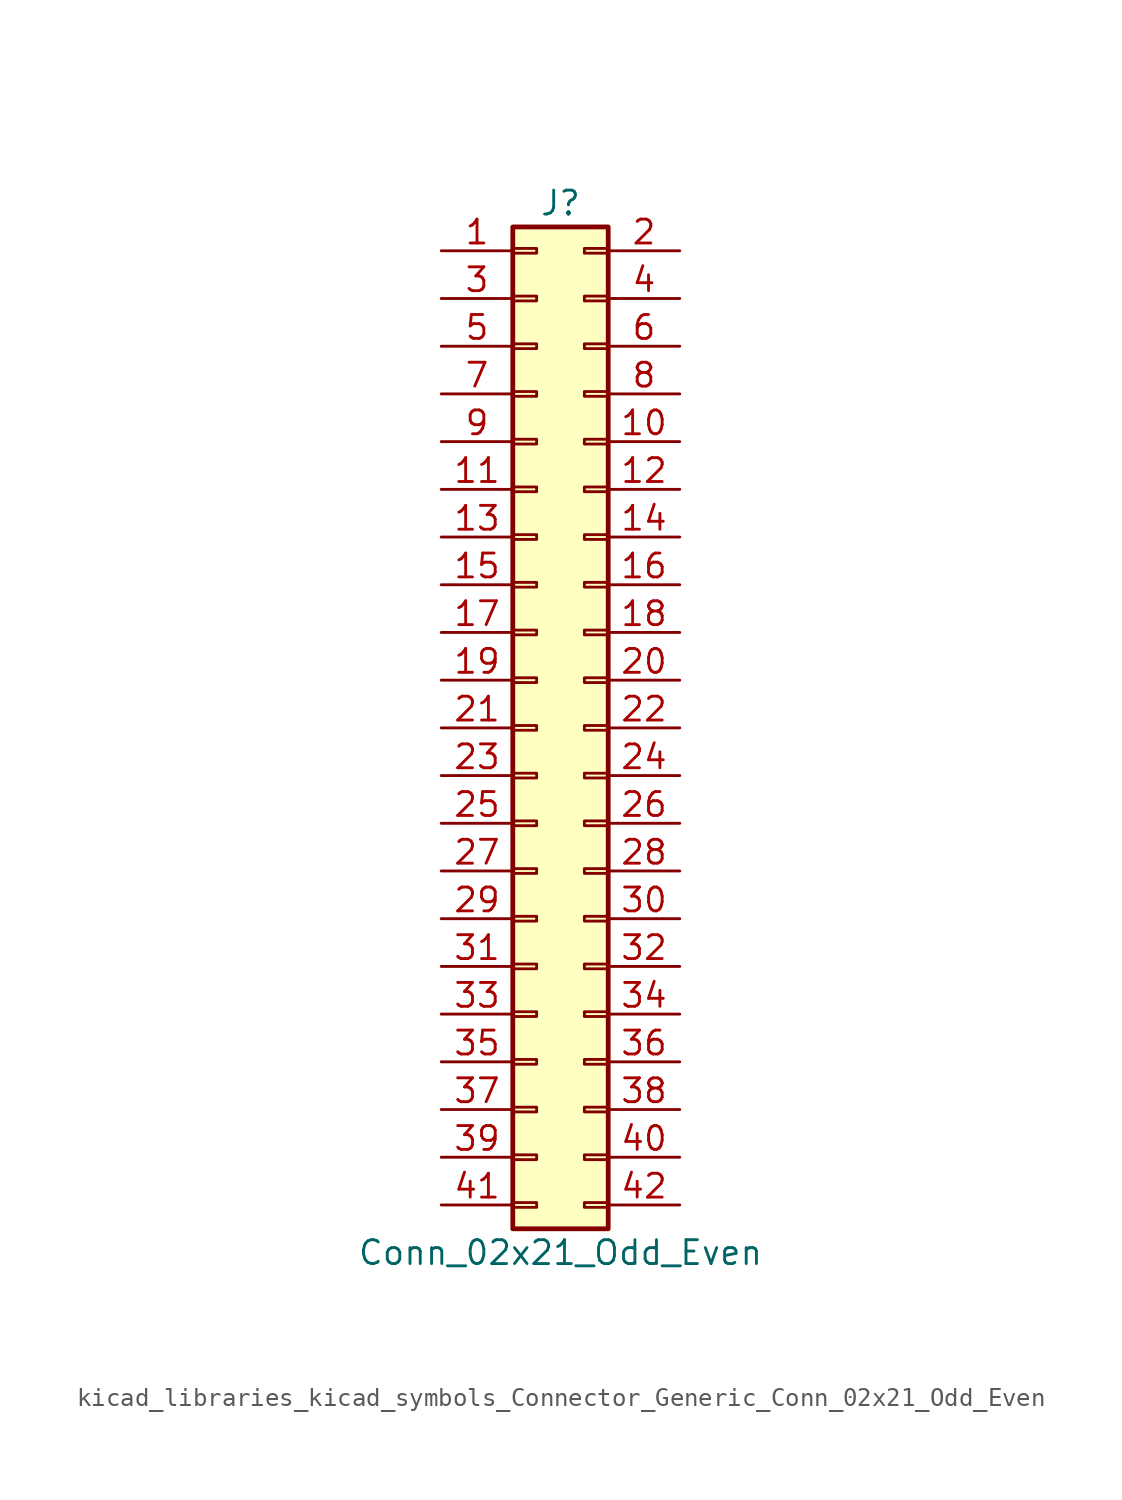
<source format=kicad_sym>
(kicad_symbol_lib
  (version 20220914)
  (generator kicad_symbol_editor)
  (symbol "kicad_libraries_kicad_symbols_Connector_Generic_Conn_02x21_Odd_Even"
    (pin_names
      (offset 1.016) hide)
    (property "Reference" "J"
      (at 1.27 27.94 0)
      (effects (font (size 1.27 1.27))))
    (property "Value" "Conn_02x21_Odd_Even"
      (at 1.27 -27.94 0)
      (effects (font (size 1.27 1.27))))
    (symbol "kicad_libraries_kicad_symbols_Connector_Generic_Conn_02x21_Odd_Even_1_1"
      (rectangle (start -1.27 -25.273) (end 0 -25.527) (stroke (width 0.152) (type default)) (fill (type none)))
      (rectangle (start -1.27 -22.733) (end 0 -22.987) (stroke (width 0.152) (type default)) (fill (type none)))
      (rectangle (start -1.27 -20.193) (end 0 -20.447) (stroke (width 0.152) (type default)) (fill (type none)))
      (rectangle (start -1.27 -17.653) (end 0 -17.907) (stroke (width 0.152) (type default)) (fill (type none)))
      (rectangle (start -1.27 -15.113) (end 0 -15.367) (stroke (width 0.152) (type default)) (fill (type none)))
      (rectangle (start -1.27 -12.573) (end 0 -12.827) (stroke (width 0.152) (type default)) (fill (type none)))
      (rectangle (start -1.27 -10.033) (end 0 -10.287) (stroke (width 0.152) (type default)) (fill (type none)))
      (rectangle (start -1.27 -7.493) (end 0 -7.747) (stroke (width 0.152) (type default)) (fill (type none)))
      (rectangle (start -1.27 -4.953) (end 0 -5.207) (stroke (width 0.152) (type default)) (fill (type none)))
      (rectangle (start -1.27 -2.413) (end 0 -2.667) (stroke (width 0.152) (type default)) (fill (type none)))
      (rectangle (start -1.27 0.127) (end 0 -0.127) (stroke (width 0.152) (type default)) (fill (type none)))
      (rectangle (start -1.27 2.667) (end 0 2.413) (stroke (width 0.152) (type default)) (fill (type none)))
      (rectangle (start -1.27 5.207) (end 0 4.953) (stroke (width 0.152) (type default)) (fill (type none)))
      (rectangle (start -1.27 7.747) (end 0 7.493) (stroke (width 0.152) (type default)) (fill (type none)))
      (rectangle (start -1.27 10.287) (end 0 10.033) (stroke (width 0.152) (type default)) (fill (type none)))
      (rectangle (start -1.27 12.827) (end 0 12.573) (stroke (width 0.152) (type default)) (fill (type none)))
      (rectangle (start -1.27 15.367) (end 0 15.113) (stroke (width 0.152) (type default)) (fill (type none)))
      (rectangle (start -1.27 17.907) (end 0 17.653) (stroke (width 0.152) (type default)) (fill (type none)))
      (rectangle (start -1.27 20.447) (end 0 20.193) (stroke (width 0.152) (type default)) (fill (type none)))
      (rectangle (start -1.27 22.987) (end 0 22.733) (stroke (width 0.152) (type default)) (fill (type none)))
      (rectangle (start -1.27 25.527) (end 0 25.273) (stroke (width 0.152) (type default)) (fill (type none)))
      (rectangle (start -1.27 26.67) (end 3.81 -26.67) (stroke (width 0.254) (type default)) (fill (type background)))
      (rectangle (start 3.81 -25.273) (end 2.54 -25.527) (stroke (width 0.152) (type default)) (fill (type none)))
      (rectangle (start 3.81 -22.733) (end 2.54 -22.987) (stroke (width 0.152) (type default)) (fill (type none)))
      (rectangle (start 3.81 -20.193) (end 2.54 -20.447) (stroke (width 0.152) (type default)) (fill (type none)))
      (rectangle (start 3.81 -17.653) (end 2.54 -17.907) (stroke (width 0.152) (type default)) (fill (type none)))
      (rectangle (start 3.81 -15.113) (end 2.54 -15.367) (stroke (width 0.152) (type default)) (fill (type none)))
      (rectangle (start 3.81 -12.573) (end 2.54 -12.827) (stroke (width 0.152) (type default)) (fill (type none)))
      (rectangle (start 3.81 -10.033) (end 2.54 -10.287) (stroke (width 0.152) (type default)) (fill (type none)))
      (rectangle (start 3.81 -7.493) (end 2.54 -7.747) (stroke (width 0.152) (type default)) (fill (type none)))
      (rectangle (start 3.81 -4.953) (end 2.54 -5.207) (stroke (width 0.152) (type default)) (fill (type none)))
      (rectangle (start 3.81 -2.413) (end 2.54 -2.667) (stroke (width 0.152) (type default)) (fill (type none)))
      (rectangle (start 3.81 0.127) (end 2.54 -0.127) (stroke (width 0.152) (type default)) (fill (type none)))
      (rectangle (start 3.81 2.667) (end 2.54 2.413) (stroke (width 0.152) (type default)) (fill (type none)))
      (rectangle (start 3.81 5.207) (end 2.54 4.953) (stroke (width 0.152) (type default)) (fill (type none)))
      (rectangle (start 3.81 7.747) (end 2.54 7.493) (stroke (width 0.152) (type default)) (fill (type none)))
      (rectangle (start 3.81 10.287) (end 2.54 10.033) (stroke (width 0.152) (type default)) (fill (type none)))
      (rectangle (start 3.81 12.827) (end 2.54 12.573) (stroke (width 0.152) (type default)) (fill (type none)))
      (rectangle (start 3.81 15.367) (end 2.54 15.113) (stroke (width 0.152) (type default)) (fill (type none)))
      (rectangle (start 3.81 17.907) (end 2.54 17.653) (stroke (width 0.152) (type default)) (fill (type none)))
      (rectangle (start 3.81 20.447) (end 2.54 20.193) (stroke (width 0.152) (type default)) (fill (type none)))
      (rectangle (start 3.81 22.987) (end 2.54 22.733) (stroke (width 0.152) (type default)) (fill (type none)))
      (rectangle (start 3.81 25.527) (end 2.54 25.273) (stroke (width 0.152) (type default)) (fill (type none)))
      (pin passive line (at -5.08 25.4 0) (length 3.81) (name "Pin_1" (effects (font (size 1.27 1.27)))) (number "1" (effects (font (size 1.27 1.27)))))
      (pin passive line (at 7.62 15.24 180) (length 3.81) (name "Pin_10" (effects (font (size 1.27 1.27)))) (number "10" (effects (font (size 1.27 1.27)))))
      (pin passive line (at -5.08 12.7 0) (length 3.81) (name "Pin_11" (effects (font (size 1.27 1.27)))) (number "11" (effects (font (size 1.27 1.27)))))
      (pin passive line (at 7.62 12.7 180) (length 3.81) (name "Pin_12" (effects (font (size 1.27 1.27)))) (number "12" (effects (font (size 1.27 1.27)))))
      (pin passive line (at -5.08 10.16 0) (length 3.81) (name "Pin_13" (effects (font (size 1.27 1.27)))) (number "13" (effects (font (size 1.27 1.27)))))
      (pin passive line (at 7.62 10.16 180) (length 3.81) (name "Pin_14" (effects (font (size 1.27 1.27)))) (number "14" (effects (font (size 1.27 1.27)))))
      (pin passive line (at -5.08 7.62 0) (length 3.81) (name "Pin_15" (effects (font (size 1.27 1.27)))) (number "15" (effects (font (size 1.27 1.27)))))
      (pin passive line (at 7.62 7.62 180) (length 3.81) (name "Pin_16" (effects (font (size 1.27 1.27)))) (number "16" (effects (font (size 1.27 1.27)))))
      (pin passive line (at -5.08 5.08 0) (length 3.81) (name "Pin_17" (effects (font (size 1.27 1.27)))) (number "17" (effects (font (size 1.27 1.27)))))
      (pin passive line (at 7.62 5.08 180) (length 3.81) (name "Pin_18" (effects (font (size 1.27 1.27)))) (number "18" (effects (font (size 1.27 1.27)))))
      (pin passive line (at -5.08 2.54 0) (length 3.81) (name "Pin_19" (effects (font (size 1.27 1.27)))) (number "19" (effects (font (size 1.27 1.27)))))
      (pin passive line (at 7.62 25.4 180) (length 3.81) (name "Pin_2" (effects (font (size 1.27 1.27)))) (number "2" (effects (font (size 1.27 1.27)))))
      (pin passive line (at 7.62 2.54 180) (length 3.81) (name "Pin_20" (effects (font (size 1.27 1.27)))) (number "20" (effects (font (size 1.27 1.27)))))
      (pin passive line (at -5.08 0 0) (length 3.81) (name "Pin_21" (effects (font (size 1.27 1.27)))) (number "21" (effects (font (size 1.27 1.27)))))
      (pin passive line (at 7.62 0 180) (length 3.81) (name "Pin_22" (effects (font (size 1.27 1.27)))) (number "22" (effects (font (size 1.27 1.27)))))
      (pin passive line (at -5.08 -2.54 0) (length 3.81) (name "Pin_23" (effects (font (size 1.27 1.27)))) (number "23" (effects (font (size 1.27 1.27)))))
      (pin passive line (at 7.62 -2.54 180) (length 3.81) (name "Pin_24" (effects (font (size 1.27 1.27)))) (number "24" (effects (font (size 1.27 1.27)))))
      (pin passive line (at -5.08 -5.08 0) (length 3.81) (name "Pin_25" (effects (font (size 1.27 1.27)))) (number "25" (effects (font (size 1.27 1.27)))))
      (pin passive line (at 7.62 -5.08 180) (length 3.81) (name "Pin_26" (effects (font (size 1.27 1.27)))) (number "26" (effects (font (size 1.27 1.27)))))
      (pin passive line (at -5.08 -7.62 0) (length 3.81) (name "Pin_27" (effects (font (size 1.27 1.27)))) (number "27" (effects (font (size 1.27 1.27)))))
      (pin passive line (at 7.62 -7.62 180) (length 3.81) (name "Pin_28" (effects (font (size 1.27 1.27)))) (number "28" (effects (font (size 1.27 1.27)))))
      (pin passive line (at -5.08 -10.16 0) (length 3.81) (name "Pin_29" (effects (font (size 1.27 1.27)))) (number "29" (effects (font (size 1.27 1.27)))))
      (pin passive line (at -5.08 22.86 0) (length 3.81) (name "Pin_3" (effects (font (size 1.27 1.27)))) (number "3" (effects (font (size 1.27 1.27)))))
      (pin passive line (at 7.62 -10.16 180) (length 3.81) (name "Pin_30" (effects (font (size 1.27 1.27)))) (number "30" (effects (font (size 1.27 1.27)))))
      (pin passive line (at -5.08 -12.7 0) (length 3.81) (name "Pin_31" (effects (font (size 1.27 1.27)))) (number "31" (effects (font (size 1.27 1.27)))))
      (pin passive line (at 7.62 -12.7 180) (length 3.81) (name "Pin_32" (effects (font (size 1.27 1.27)))) (number "32" (effects (font (size 1.27 1.27)))))
      (pin passive line (at -5.08 -15.24 0) (length 3.81) (name "Pin_33" (effects (font (size 1.27 1.27)))) (number "33" (effects (font (size 1.27 1.27)))))
      (pin passive line (at 7.62 -15.24 180) (length 3.81) (name "Pin_34" (effects (font (size 1.27 1.27)))) (number "34" (effects (font (size 1.27 1.27)))))
      (pin passive line (at -5.08 -17.78 0) (length 3.81) (name "Pin_35" (effects (font (size 1.27 1.27)))) (number "35" (effects (font (size 1.27 1.27)))))
      (pin passive line (at 7.62 -17.78 180) (length 3.81) (name "Pin_36" (effects (font (size 1.27 1.27)))) (number "36" (effects (font (size 1.27 1.27)))))
      (pin passive line (at -5.08 -20.32 0) (length 3.81) (name "Pin_37" (effects (font (size 1.27 1.27)))) (number "37" (effects (font (size 1.27 1.27)))))
      (pin passive line (at 7.62 -20.32 180) (length 3.81) (name "Pin_38" (effects (font (size 1.27 1.27)))) (number "38" (effects (font (size 1.27 1.27)))))
      (pin passive line (at -5.08 -22.86 0) (length 3.81) (name "Pin_39" (effects (font (size 1.27 1.27)))) (number "39" (effects (font (size 1.27 1.27)))))
      (pin passive line (at 7.62 22.86 180) (length 3.81) (name "Pin_4" (effects (font (size 1.27 1.27)))) (number "4" (effects (font (size 1.27 1.27)))))
      (pin passive line (at 7.62 -22.86 180) (length 3.81) (name "Pin_40" (effects (font (size 1.27 1.27)))) (number "40" (effects (font (size 1.27 1.27)))))
      (pin passive line (at -5.08 -25.4 0) (length 3.81) (name "Pin_41" (effects (font (size 1.27 1.27)))) (number "41" (effects (font (size 1.27 1.27)))))
      (pin passive line (at 7.62 -25.4 180) (length 3.81) (name "Pin_42" (effects (font (size 1.27 1.27)))) (number "42" (effects (font (size 1.27 1.27)))))
      (pin passive line (at -5.08 20.32 0) (length 3.81) (name "Pin_5" (effects (font (size 1.27 1.27)))) (number "5" (effects (font (size 1.27 1.27)))))
      (pin passive line (at 7.62 20.32 180) (length 3.81) (name "Pin_6" (effects (font (size 1.27 1.27)))) (number "6" (effects (font (size 1.27 1.27)))))
      (pin passive line (at -5.08 17.78 0) (length 3.81) (name "Pin_7" (effects (font (size 1.27 1.27)))) (number "7" (effects (font (size 1.27 1.27)))))
      (pin passive line (at 7.62 17.78 180) (length 3.81) (name "Pin_8" (effects (font (size 1.27 1.27)))) (number "8" (effects (font (size 1.27 1.27)))))
      (pin passive line (at -5.08 15.24 0) (length 3.81) (name "Pin_9" (effects (font (size 1.27 1.27)))) (number "9" (effects (font (size 1.27 1.27))))))))
</source>
